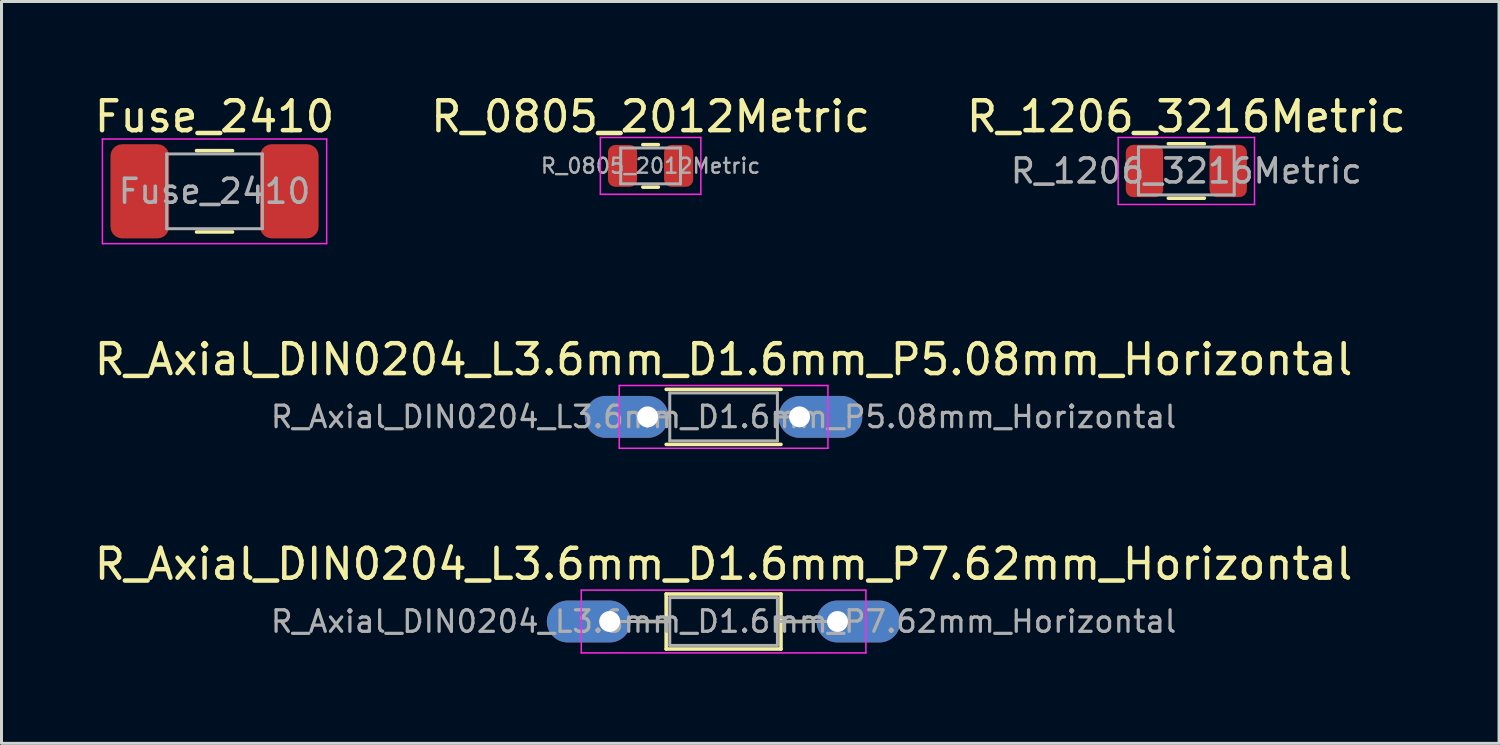
<source format=kicad_pcb>
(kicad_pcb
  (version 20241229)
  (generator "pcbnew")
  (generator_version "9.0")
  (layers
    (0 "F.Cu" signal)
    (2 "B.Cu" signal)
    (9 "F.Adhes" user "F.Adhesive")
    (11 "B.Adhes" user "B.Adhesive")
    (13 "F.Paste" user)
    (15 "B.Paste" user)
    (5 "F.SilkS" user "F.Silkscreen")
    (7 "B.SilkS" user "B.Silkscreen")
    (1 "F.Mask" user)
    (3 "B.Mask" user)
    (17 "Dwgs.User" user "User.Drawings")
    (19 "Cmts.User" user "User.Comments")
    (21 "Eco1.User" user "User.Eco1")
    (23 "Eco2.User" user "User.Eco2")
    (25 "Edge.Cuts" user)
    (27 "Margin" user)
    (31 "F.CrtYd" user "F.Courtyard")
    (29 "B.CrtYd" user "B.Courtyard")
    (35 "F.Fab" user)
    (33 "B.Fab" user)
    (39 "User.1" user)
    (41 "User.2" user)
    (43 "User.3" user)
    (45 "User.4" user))
  (footprint "R_Axial_DIN0204_L3.6mm_D1.6mm_P5.08mm_Horizontal"
    (layer "F.Cu")
    (at 18.609 10.892)
    (property "Reference" "R_Axial_DIN0204_L3.6mm_D1.6mm_P5.08mm_Horizontal" (at 2.54 -1.92 0) (layer "F.SilkS") (effects (font (size 1 1) (thickness 0.15))))
    (attr through_hole)
    (fp_line (start 0.62 -0.92) (end 4.46 -0.92) (stroke (width 0.12) (type solid)) (layer "F.SilkS"))
    (fp_line (start 0.62 0.92) (end 4.46 0.92) (stroke (width 0.12) (type solid)) (layer "F.SilkS"))
    (fp_line (start -0.95 -1.05) (end -0.95 1.05) (stroke (width 0.05) (type solid)) (layer "F.CrtYd"))
    (fp_line (start -0.95 1.05) (end 6.03 1.05) (stroke (width 0.05) (type solid)) (layer "F.CrtYd"))
    (fp_line (start 6.03 -1.05) (end -0.95 -1.05) (stroke (width 0.05) (type solid)) (layer "F.CrtYd"))
    (fp_line (start 6.03 1.05) (end 6.03 -1.05) (stroke (width 0.05) (type solid)) (layer "F.CrtYd"))
    (fp_line (start 0 0) (end 0.74 0) (stroke (width 0.1) (type solid)) (layer "F.Fab"))
    (fp_line (start 0.74 -0.8) (end 0.74 0.8) (stroke (width 0.1) (type solid)) (layer "F.Fab"))
    (fp_line (start 0.74 0.8) (end 4.34 0.8) (stroke (width 0.1) (type solid)) (layer "F.Fab"))
    (fp_line (start 4.34 -0.8) (end 0.74 -0.8) (stroke (width 0.1) (type solid)) (layer "F.Fab"))
    (fp_line (start 4.34 0.8) (end 4.34 -0.8) (stroke (width 0.1) (type solid)) (layer "F.Fab"))
    (fp_line (start 5.08 0) (end 4.34 0) (stroke (width 0.1) (type solid)) (layer "F.Fab"))
    (fp_text user "${REFERENCE}" (at 2.54 0 0) (layer "F.Fab") (effects (font (size 0.72 0.72) (thickness 0.108))))
    (pad "1" thru_hole oval (at 0 0) (size 2.8 1.4) (drill 0.7 (offset -0.7 0)) (layers "*.Cu" "*.Mask"))
    (pad "2" thru_hole oval (at 5.08 0) (size 2.8 1.4) (drill 0.7 (offset 0.7 0)) (layers "*.Cu" "*.Mask")))
  (footprint "Fuse_2410"
    (layer "F.Cu")
    (at 4.125 3.348)
    (property "Reference" "Fuse_2410" (at 0 -2.5 0) (layer "F.SilkS") (effects (font (size 1 1) (thickness 0.15))))
    (attr smd)
    (fp_line (start -0.602 -1.36) (end 0.602 -1.36) (stroke (width 0.12) (type solid)) (layer "F.SilkS"))
    (fp_line (start -0.602 1.36) (end 0.602 1.36) (stroke (width 0.12) (type solid)) (layer "F.SilkS"))
    (fp_line (start -3.75 -1.75) (end 3.75 -1.75) (stroke (width 0.05) (type solid)) (layer "F.CrtYd"))
    (fp_line (start -3.75 1.75) (end -3.75 -1.75) (stroke (width 0.05) (type solid)) (layer "F.CrtYd"))
    (fp_line (start 3.75 -1.75) (end 3.75 1.75) (stroke (width 0.05) (type solid)) (layer "F.CrtYd"))
    (fp_line (start 3.75 1.75) (end -3.75 1.75) (stroke (width 0.05) (type solid)) (layer "F.CrtYd"))
    (fp_line (start -1.6 -1.25) (end 1.6 -1.25) (stroke (width 0.1) (type solid)) (layer "F.Fab"))
    (fp_line (start -1.6 1.25) (end -1.6 -1.25) (stroke (width 0.1) (type solid)) (layer "F.Fab"))
    (fp_line (start 1.6 -1.25) (end 1.6 1.25) (stroke (width 0.1) (type solid)) (layer "F.Fab"))
    (fp_line (start 1.6 1.25) (end -1.6 1.25) (stroke (width 0.1) (type solid)) (layer "F.Fab"))
    (fp_text user "${REFERENCE}" (at 0 0 0) (layer "F.Fab") (effects (font (size 0.8 0.8) (thickness 0.12))))
    (pad "1" smd roundrect (at -2.5 0) (size 1.96 3.15) (layers "F.Cu" "F.Mask" "F.Paste") (roundrect_rratio 0.2))
    (pad "2" smd roundrect (at 2.5 0) (size 1.96 3.15) (layers "F.Cu" "F.Mask" "F.Paste") (roundrect_rratio 0.2)))
  (footprint "R_0805_2012Metric"
    (layer "F.Cu")
    (at 18.708 2.498)
    (property "Reference" "R_0805_2012Metric" (at 0 -1.65 0) (layer "F.SilkS") (effects (font (size 1 1) (thickness 0.15))))
    (attr smd)
    (fp_line (start -0.259 -0.71) (end 0.259 -0.71) (stroke (width 0.12) (type solid)) (layer "F.SilkS"))
    (fp_line (start -0.259 0.71) (end 0.259 0.71) (stroke (width 0.12) (type solid)) (layer "F.SilkS"))
    (fp_line (start -1.75 -1) (end 1.75 -1) (stroke (width 0.12) (type solid)) (layer "Eco1.User"))
    (fp_line (start -1.75 1) (end -1.75 -1) (stroke (width 0.12) (type solid)) (layer "Eco1.User"))
    (fp_line (start 1.75 -1) (end 1.75 1) (stroke (width 0.12) (type solid)) (layer "Eco1.User"))
    (fp_line (start 1.75 1) (end -1.75 1) (stroke (width 0.12) (type solid)) (layer "Eco1.User"))
    (fp_line (start -1.68 -0.95) (end 1.68 -0.95) (stroke (width 0.05) (type solid)) (layer "F.CrtYd"))
    (fp_line (start -1.68 0.95) (end -1.68 -0.95) (stroke (width 0.05) (type solid)) (layer "F.CrtYd"))
    (fp_line (start 1.68 -0.95) (end 1.68 0.95) (stroke (width 0.05) (type solid)) (layer "F.CrtYd"))
    (fp_line (start 1.68 0.95) (end -1.68 0.95) (stroke (width 0.05) (type solid)) (layer "F.CrtYd"))
    (fp_line (start -1 -0.6) (end 1 -0.6) (stroke (width 0.1) (type solid)) (layer "F.Fab"))
    (fp_line (start -1 0.6) (end -1 -0.6) (stroke (width 0.1) (type solid)) (layer "F.Fab"))
    (fp_line (start 1 -0.6) (end 1 0.6) (stroke (width 0.1) (type solid)) (layer "F.Fab"))
    (fp_line (start 1 0.6) (end -1 0.6) (stroke (width 0.1) (type solid)) (layer "F.Fab"))
    (fp_text user "${REFERENCE}" (at 0 0 0) (layer "F.Fab") (effects (font (size 0.5 0.5) (thickness 0.08))))
    (pad "1" smd roundrect (at -0.938 0) (size 0.975 1.4) (layers "F.Cu" "F.Mask" "F.Paste") (roundrect_rratio 0.25))
    (pad "2" smd roundrect (at 0.938 0) (size 0.975 1.4) (layers "F.Cu" "F.Mask" "F.Paste") (roundrect_rratio 0.25)))
  (footprint "R_1206_3216Metric"
    (layer "F.Cu")
    (at 36.625 2.668)
    (property "Reference" "R_1206_3216Metric" (at 0 -1.82 0) (layer "F.SilkS") (effects (font (size 1 1) (thickness 0.15))))
    (attr smd)
    (fp_line (start -0.602 -0.91) (end 0.602 -0.91) (stroke (width 0.12) (type solid)) (layer "F.SilkS"))
    (fp_line (start -0.602 0.91) (end 0.602 0.91) (stroke (width 0.12) (type solid)) (layer "F.SilkS"))
    (fp_line (start -2.286 -1.143) (end 2.286 -1.143) (stroke (width 0.12) (type solid)) (layer "Eco1.User"))
    (fp_line (start -2.286 1.143) (end -2.286 -1.143) (stroke (width 0.12) (type solid)) (layer "Eco1.User"))
    (fp_line (start 2.286 -1.143) (end 2.286 1.143) (stroke (width 0.12) (type solid)) (layer "Eco1.User"))
    (fp_line (start 2.286 1.143) (end -2.286 1.143) (stroke (width 0.12) (type solid)) (layer "Eco1.User"))
    (fp_line (start -2.28 -1.12) (end 2.28 -1.12) (stroke (width 0.05) (type solid)) (layer "F.CrtYd"))
    (fp_line (start -2.28 1.12) (end -2.28 -1.12) (stroke (width 0.05) (type solid)) (layer "F.CrtYd"))
    (fp_line (start 2.28 -1.12) (end 2.28 1.12) (stroke (width 0.05) (type solid)) (layer "F.CrtYd"))
    (fp_line (start 2.28 1.12) (end -2.28 1.12) (stroke (width 0.05) (type solid)) (layer "F.CrtYd"))
    (fp_line (start -1.6 -0.8) (end 1.6 -0.8) (stroke (width 0.1) (type solid)) (layer "F.Fab"))
    (fp_line (start -1.6 0.8) (end -1.6 -0.8) (stroke (width 0.1) (type solid)) (layer "F.Fab"))
    (fp_line (start 1.6 -0.8) (end 1.6 0.8) (stroke (width 0.1) (type solid)) (layer "F.Fab"))
    (fp_line (start 1.6 0.8) (end -1.6 0.8) (stroke (width 0.1) (type solid)) (layer "F.Fab"))
    (fp_text user "${REFERENCE}" (at 0 0 0) (layer "F.Fab") (effects (font (size 0.8 0.8) (thickness 0.12))))
    (pad "1" smd roundrect (at -1.4 0) (size 1.25 1.75) (layers "F.Cu" "F.Mask" "F.Paste") (roundrect_rratio 0.2))
    (pad "2" smd roundrect (at 1.4 0) (size 1.25 1.75) (layers "F.Cu" "F.Mask" "F.Paste") (roundrect_rratio 0.2)))
  (footprint "R_Axial_DIN0204_L3.6mm_D1.6mm_P7.62mm_Horizontal"
    (layer "F.Cu")
    (at 17.339 17.735)
    (property "Reference" "R_Axial_DIN0204_L3.6mm_D1.6mm_P7.62mm_Horizontal" (at 3.81 -1.92 0) (layer "F.SilkS") (effects (font (size 1 1) (thickness 0.15))))
    (attr through_hole)
    (fp_line (start 0.94 0) (end 1.89 0) (stroke (width 0.12) (type solid)) (layer "F.SilkS"))
    (fp_line (start 1.89 -0.92) (end 1.89 0.92) (stroke (width 0.12) (type solid)) (layer "F.SilkS"))
    (fp_line (start 1.89 0.92) (end 5.73 0.92) (stroke (width 0.12) (type solid)) (layer "F.SilkS"))
    (fp_line (start 5.73 -0.92) (end 1.89 -0.92) (stroke (width 0.12) (type solid)) (layer "F.SilkS"))
    (fp_line (start 5.73 0.92) (end 5.73 -0.92) (stroke (width 0.12) (type solid)) (layer "F.SilkS"))
    (fp_line (start 6.68 0) (end 5.73 0) (stroke (width 0.12) (type solid)) (layer "F.SilkS"))
    (fp_line (start -0.95 -1.05) (end -0.95 1.05) (stroke (width 0.05) (type solid)) (layer "F.CrtYd"))
    (fp_line (start -0.95 1.05) (end 8.57 1.05) (stroke (width 0.05) (type solid)) (layer "F.CrtYd"))
    (fp_line (start 8.57 -1.05) (end -0.95 -1.05) (stroke (width 0.05) (type solid)) (layer "F.CrtYd"))
    (fp_line (start 8.57 1.05) (end 8.57 -1.05) (stroke (width 0.05) (type solid)) (layer "F.CrtYd"))
    (fp_line (start 0 0) (end 2.01 0) (stroke (width 0.1) (type solid)) (layer "F.Fab"))
    (fp_line (start 2.01 -0.8) (end 2.01 0.8) (stroke (width 0.1) (type solid)) (layer "F.Fab"))
    (fp_line (start 2.01 0.8) (end 5.61 0.8) (stroke (width 0.1) (type solid)) (layer "F.Fab"))
    (fp_line (start 5.61 -0.8) (end 2.01 -0.8) (stroke (width 0.1) (type solid)) (layer "F.Fab"))
    (fp_line (start 5.61 0.8) (end 5.61 -0.8) (stroke (width 0.1) (type solid)) (layer "F.Fab"))
    (fp_line (start 7.62 0) (end 5.61 0) (stroke (width 0.1) (type solid)) (layer "F.Fab"))
    (fp_text user "${REFERENCE}" (at 3.81 0 0) (layer "F.Fab") (effects (font (size 0.72 0.72) (thickness 0.108))))
    (pad "1" thru_hole oval (at 0 0) (size 2.8 1.4) (drill 0.7 (offset -0.7 0)) (layers "*.Cu" "*.Mask"))
    (pad "2" thru_hole oval (at 7.62 0 180) (size 2.8 1.4) (drill 0.7 (offset -0.7 0)) (layers "*.Cu" "*.Mask")))
  (gr_rect
    (start -3 -3)
    (end 47.083 21.81)
    (stroke (width 0.1) (type default))
    (fill no)
    (layer "Edge.Cuts")))
</source>
